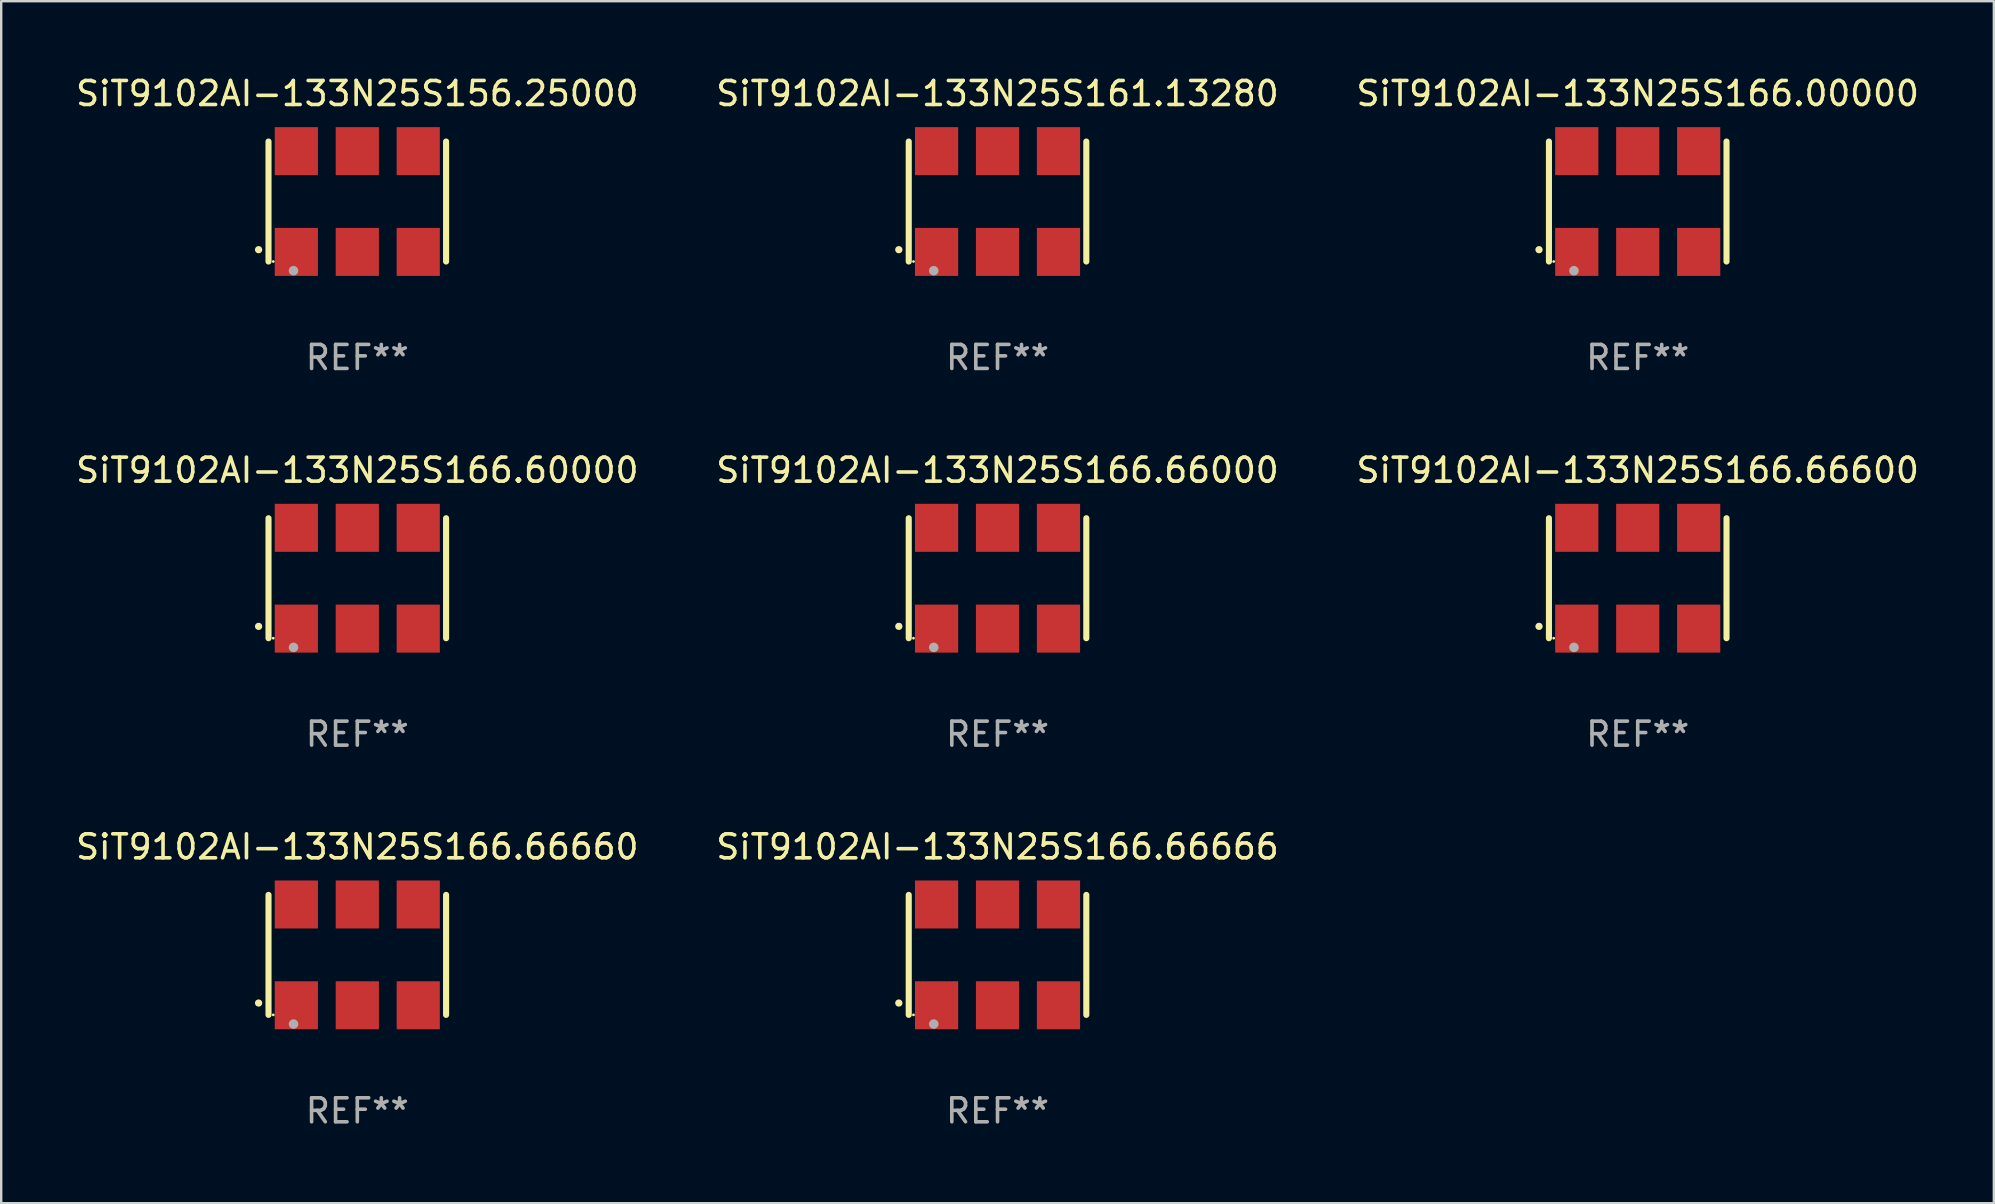
<source format=kicad_pcb>
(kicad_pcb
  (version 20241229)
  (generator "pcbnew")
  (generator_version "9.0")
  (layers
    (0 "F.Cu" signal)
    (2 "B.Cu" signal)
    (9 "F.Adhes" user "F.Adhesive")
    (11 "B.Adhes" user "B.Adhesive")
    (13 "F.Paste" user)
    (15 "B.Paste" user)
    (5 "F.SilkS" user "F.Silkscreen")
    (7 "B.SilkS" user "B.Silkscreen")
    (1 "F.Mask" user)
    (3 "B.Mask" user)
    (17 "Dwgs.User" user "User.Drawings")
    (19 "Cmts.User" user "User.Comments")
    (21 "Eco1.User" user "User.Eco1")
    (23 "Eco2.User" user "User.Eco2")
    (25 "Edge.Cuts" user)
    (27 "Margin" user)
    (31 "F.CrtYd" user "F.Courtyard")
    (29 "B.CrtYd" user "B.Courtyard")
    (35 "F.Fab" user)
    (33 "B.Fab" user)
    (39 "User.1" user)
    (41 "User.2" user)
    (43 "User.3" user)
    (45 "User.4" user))
  (footprint "SiT9102AI-133N25S166.66660"
    (layer "F.Cu")
    (at 11.839 36.741)
    (property "Reference" "SiT9102AI-133N25S166.66660" (at 0 -4.5 0) (layer "F.SilkS") (effects (font (size 1 1) (thickness 0.15))))
    (attr through_hole)
    (fp_line (start -3.7 -2.5) (end -3.7 2.5) (stroke (width 0.254) (type solid)) (layer "F.SilkS"))
    (fp_line (start 3.7 -2.5) (end 3.7 2.5) (stroke (width 0.254) (type solid)) (layer "F.SilkS"))
    (fp_arc (start -4.114415 2.006604) (mid -4.113145 2.006599) (end -4.111875 2.006604) (stroke (width 0.3) (type solid)) (layer "F.SilkS"))
    (fp_circle (center -3.502 2.5) (end -3.472 2.5) (stroke (width 0.06) (type solid)) (fill no) (layer "F.SilkS"))
    (fp_circle (center -2.657 2.882) (end -2.557 2.882) (stroke (width 0.2) (type solid)) (fill no) (layer "F.Fab"))
    (fp_text user "REF**" (at 0 6.5 0) (layer "F.Fab") (effects (font (size 1 1) (thickness 0.15))))
    (pad "1" smd rect (at -2.54 2.1) (size 1.8 2) (layers "F.Cu" "F.Mask" "F.Paste"))
    (pad "2" smd rect (at 0.000394 2.1) (size 1.8 2) (layers "F.Cu" "F.Mask" "F.Paste"))
    (pad "3" smd rect (at 2.54 2.1) (size 1.8 2) (layers "F.Cu" "F.Mask" "F.Paste"))
    (pad "4" smd rect (at 2.54 -2.1) (size 1.8 2) (layers "F.Cu" "F.Mask" "F.Paste"))
    (pad "5" smd rect (at 0.000394 -2.1) (size 1.8 2) (layers "F.Cu" "F.Mask" "F.Paste"))
    (pad "6" smd rect (at -2.54 -2.1) (size 1.8 2) (layers "F.Cu" "F.Mask" "F.Paste")))
  (footprint "SiT9102AI-133N25S161.13280"
    (layer "F.Cu")
    (at 38.518 5.348)
    (property "Reference" "SiT9102AI-133N25S161.13280" (at 0 -4.5 0) (layer "F.SilkS") (effects (font (size 1 1) (thickness 0.15))))
    (attr through_hole)
    (fp_line (start -3.7 -2.5) (end -3.7 2.5) (stroke (width 0.254) (type solid)) (layer "F.SilkS"))
    (fp_line (start 3.7 -2.5) (end 3.7 2.5) (stroke (width 0.254) (type solid)) (layer "F.SilkS"))
    (fp_arc (start -4.114415 2.006604) (mid -4.113145 2.006599) (end -4.111875 2.006604) (stroke (width 0.3) (type solid)) (layer "F.SilkS"))
    (fp_circle (center -3.502 2.5) (end -3.472 2.5) (stroke (width 0.06) (type solid)) (fill no) (layer "F.SilkS"))
    (fp_circle (center -2.657 2.882) (end -2.557 2.882) (stroke (width 0.2) (type solid)) (fill no) (layer "F.Fab"))
    (fp_text user "REF**" (at 0 6.5 0) (layer "F.Fab") (effects (font (size 1 1) (thickness 0.15))))
    (pad "1" smd rect (at -2.54 2.1) (size 1.8 2) (layers "F.Cu" "F.Mask" "F.Paste"))
    (pad "2" smd rect (at 0.000394 2.1) (size 1.8 2) (layers "F.Cu" "F.Mask" "F.Paste"))
    (pad "3" smd rect (at 2.54 2.1) (size 1.8 2) (layers "F.Cu" "F.Mask" "F.Paste"))
    (pad "4" smd rect (at 2.54 -2.1) (size 1.8 2) (layers "F.Cu" "F.Mask" "F.Paste"))
    (pad "5" smd rect (at 0.000394 -2.1) (size 1.8 2) (layers "F.Cu" "F.Mask" "F.Paste"))
    (pad "6" smd rect (at -2.54 -2.1) (size 1.8 2) (layers "F.Cu" "F.Mask" "F.Paste")))
  (footprint "SiT9102AI-133N25S166.00000"
    (layer "F.Cu")
    (at 65.196 5.348)
    (property "Reference" "SiT9102AI-133N25S166.00000" (at 0 -4.5 0) (layer "F.SilkS") (effects (font (size 1 1) (thickness 0.15))))
    (attr through_hole)
    (fp_line (start -3.7 -2.5) (end -3.7 2.5) (stroke (width 0.254) (type solid)) (layer "F.SilkS"))
    (fp_line (start 3.7 -2.5) (end 3.7 2.5) (stroke (width 0.254) (type solid)) (layer "F.SilkS"))
    (fp_arc (start -4.114415 2.006604) (mid -4.113145 2.006599) (end -4.111875 2.006604) (stroke (width 0.3) (type solid)) (layer "F.SilkS"))
    (fp_circle (center -3.502 2.5) (end -3.472 2.5) (stroke (width 0.06) (type solid)) (fill no) (layer "F.SilkS"))
    (fp_circle (center -2.657 2.882) (end -2.557 2.882) (stroke (width 0.2) (type solid)) (fill no) (layer "F.Fab"))
    (fp_text user "REF**" (at 0 6.5 0) (layer "F.Fab") (effects (font (size 1 1) (thickness 0.15))))
    (pad "1" smd rect (at -2.54 2.1) (size 1.8 2) (layers "F.Cu" "F.Mask" "F.Paste"))
    (pad "2" smd rect (at 0.000394 2.1) (size 1.8 2) (layers "F.Cu" "F.Mask" "F.Paste"))
    (pad "3" smd rect (at 2.54 2.1) (size 1.8 2) (layers "F.Cu" "F.Mask" "F.Paste"))
    (pad "4" smd rect (at 2.54 -2.1) (size 1.8 2) (layers "F.Cu" "F.Mask" "F.Paste"))
    (pad "5" smd rect (at 0.000394 -2.1) (size 1.8 2) (layers "F.Cu" "F.Mask" "F.Paste"))
    (pad "6" smd rect (at -2.54 -2.1) (size 1.8 2) (layers "F.Cu" "F.Mask" "F.Paste")))
  (footprint "SiT9102AI-133N25S166.66000"
    (layer "F.Cu")
    (at 38.518 21.045)
    (property "Reference" "SiT9102AI-133N25S166.66000" (at 0 -4.5 0) (layer "F.SilkS") (effects (font (size 1 1) (thickness 0.15))))
    (attr through_hole)
    (fp_line (start -3.7 -2.5) (end -3.7 2.5) (stroke (width 0.254) (type solid)) (layer "F.SilkS"))
    (fp_line (start 3.7 -2.5) (end 3.7 2.5) (stroke (width 0.254) (type solid)) (layer "F.SilkS"))
    (fp_arc (start -4.114415 2.006604) (mid -4.113145 2.006599) (end -4.111875 2.006604) (stroke (width 0.3) (type solid)) (layer "F.SilkS"))
    (fp_circle (center -3.502 2.5) (end -3.472 2.5) (stroke (width 0.06) (type solid)) (fill no) (layer "F.SilkS"))
    (fp_circle (center -2.657 2.882) (end -2.557 2.882) (stroke (width 0.2) (type solid)) (fill no) (layer "F.Fab"))
    (fp_text user "REF**" (at 0 6.5 0) (layer "F.Fab") (effects (font (size 1 1) (thickness 0.15))))
    (pad "1" smd rect (at -2.54 2.1) (size 1.8 2) (layers "F.Cu" "F.Mask" "F.Paste"))
    (pad "2" smd rect (at 0.000394 2.1) (size 1.8 2) (layers "F.Cu" "F.Mask" "F.Paste"))
    (pad "3" smd rect (at 2.54 2.1) (size 1.8 2) (layers "F.Cu" "F.Mask" "F.Paste"))
    (pad "4" smd rect (at 2.54 -2.1) (size 1.8 2) (layers "F.Cu" "F.Mask" "F.Paste"))
    (pad "5" smd rect (at 0.000394 -2.1) (size 1.8 2) (layers "F.Cu" "F.Mask" "F.Paste"))
    (pad "6" smd rect (at -2.54 -2.1) (size 1.8 2) (layers "F.Cu" "F.Mask" "F.Paste")))
  (footprint "SiT9102AI-133N25S166.60000"
    (layer "F.Cu")
    (at 11.839 21.045)
    (property "Reference" "SiT9102AI-133N25S166.60000" (at 0 -4.5 0) (layer "F.SilkS") (effects (font (size 1 1) (thickness 0.15))))
    (attr through_hole)
    (fp_line (start -3.7 -2.5) (end -3.7 2.5) (stroke (width 0.254) (type solid)) (layer "F.SilkS"))
    (fp_line (start 3.7 -2.5) (end 3.7 2.5) (stroke (width 0.254) (type solid)) (layer "F.SilkS"))
    (fp_arc (start -4.114415 2.006604) (mid -4.113145 2.006599) (end -4.111875 2.006604) (stroke (width 0.3) (type solid)) (layer "F.SilkS"))
    (fp_circle (center -3.502 2.5) (end -3.472 2.5) (stroke (width 0.06) (type solid)) (fill no) (layer "F.SilkS"))
    (fp_circle (center -2.657 2.882) (end -2.557 2.882) (stroke (width 0.2) (type solid)) (fill no) (layer "F.Fab"))
    (fp_text user "REF**" (at 0 6.5 0) (layer "F.Fab") (effects (font (size 1 1) (thickness 0.15))))
    (pad "1" smd rect (at -2.54 2.1) (size 1.8 2) (layers "F.Cu" "F.Mask" "F.Paste"))
    (pad "2" smd rect (at 0.000394 2.1) (size 1.8 2) (layers "F.Cu" "F.Mask" "F.Paste"))
    (pad "3" smd rect (at 2.54 2.1) (size 1.8 2) (layers "F.Cu" "F.Mask" "F.Paste"))
    (pad "4" smd rect (at 2.54 -2.1) (size 1.8 2) (layers "F.Cu" "F.Mask" "F.Paste"))
    (pad "5" smd rect (at 0.000394 -2.1) (size 1.8 2) (layers "F.Cu" "F.Mask" "F.Paste"))
    (pad "6" smd rect (at -2.54 -2.1) (size 1.8 2) (layers "F.Cu" "F.Mask" "F.Paste")))
  (footprint "SiT9102AI-133N25S166.66600"
    (layer "F.Cu")
    (at 65.196 21.045)
    (property "Reference" "SiT9102AI-133N25S166.66600" (at 0 -4.5 0) (layer "F.SilkS") (effects (font (size 1 1) (thickness 0.15))))
    (attr through_hole)
    (fp_line (start -3.7 -2.5) (end -3.7 2.5) (stroke (width 0.254) (type solid)) (layer "F.SilkS"))
    (fp_line (start 3.7 -2.5) (end 3.7 2.5) (stroke (width 0.254) (type solid)) (layer "F.SilkS"))
    (fp_arc (start -4.114415 2.006604) (mid -4.113145 2.006599) (end -4.111875 2.006604) (stroke (width 0.3) (type solid)) (layer "F.SilkS"))
    (fp_circle (center -3.502 2.5) (end -3.472 2.5) (stroke (width 0.06) (type solid)) (fill no) (layer "F.SilkS"))
    (fp_circle (center -2.657 2.882) (end -2.557 2.882) (stroke (width 0.2) (type solid)) (fill no) (layer "F.Fab"))
    (fp_text user "REF**" (at 0 6.5 0) (layer "F.Fab") (effects (font (size 1 1) (thickness 0.15))))
    (pad "1" smd rect (at -2.54 2.1) (size 1.8 2) (layers "F.Cu" "F.Mask" "F.Paste"))
    (pad "2" smd rect (at 0.000394 2.1) (size 1.8 2) (layers "F.Cu" "F.Mask" "F.Paste"))
    (pad "3" smd rect (at 2.54 2.1) (size 1.8 2) (layers "F.Cu" "F.Mask" "F.Paste"))
    (pad "4" smd rect (at 2.54 -2.1) (size 1.8 2) (layers "F.Cu" "F.Mask" "F.Paste"))
    (pad "5" smd rect (at 0.000394 -2.1) (size 1.8 2) (layers "F.Cu" "F.Mask" "F.Paste"))
    (pad "6" smd rect (at -2.54 -2.1) (size 1.8 2) (layers "F.Cu" "F.Mask" "F.Paste")))
  (footprint "SiT9102AI-133N25S166.66666"
    (layer "F.Cu")
    (at 38.518 36.741)
    (property "Reference" "SiT9102AI-133N25S166.66666" (at 0 -4.5 0) (layer "F.SilkS") (effects (font (size 1 1) (thickness 0.15))))
    (attr through_hole)
    (fp_line (start -3.7 -2.5) (end -3.7 2.5) (stroke (width 0.254) (type solid)) (layer "F.SilkS"))
    (fp_line (start 3.7 -2.5) (end 3.7 2.5) (stroke (width 0.254) (type solid)) (layer "F.SilkS"))
    (fp_arc (start -4.114415 2.006604) (mid -4.113145 2.006599) (end -4.111875 2.006604) (stroke (width 0.3) (type solid)) (layer "F.SilkS"))
    (fp_circle (center -3.502 2.5) (end -3.472 2.5) (stroke (width 0.06) (type solid)) (fill no) (layer "F.SilkS"))
    (fp_circle (center -2.657 2.882) (end -2.557 2.882) (stroke (width 0.2) (type solid)) (fill no) (layer "F.Fab"))
    (fp_text user "REF**" (at 0 6.5 0) (layer "F.Fab") (effects (font (size 1 1) (thickness 0.15))))
    (pad "1" smd rect (at -2.54 2.1) (size 1.8 2) (layers "F.Cu" "F.Mask" "F.Paste"))
    (pad "2" smd rect (at 0.000394 2.1) (size 1.8 2) (layers "F.Cu" "F.Mask" "F.Paste"))
    (pad "3" smd rect (at 2.54 2.1) (size 1.8 2) (layers "F.Cu" "F.Mask" "F.Paste"))
    (pad "4" smd rect (at 2.54 -2.1) (size 1.8 2) (layers "F.Cu" "F.Mask" "F.Paste"))
    (pad "5" smd rect (at 0.000394 -2.1) (size 1.8 2) (layers "F.Cu" "F.Mask" "F.Paste"))
    (pad "6" smd rect (at -2.54 -2.1) (size 1.8 2) (layers "F.Cu" "F.Mask" "F.Paste")))
  (footprint "SiT9102AI-133N25S156.25000"
    (layer "F.Cu")
    (at 11.839 5.348)
    (property "Reference" "SiT9102AI-133N25S156.25000" (at 0 -4.5 0) (layer "F.SilkS") (effects (font (size 1 1) (thickness 0.15))))
    (attr through_hole)
    (fp_line (start -3.7 -2.5) (end -3.7 2.5) (stroke (width 0.254) (type solid)) (layer "F.SilkS"))
    (fp_line (start 3.7 -2.5) (end 3.7 2.5) (stroke (width 0.254) (type solid)) (layer "F.SilkS"))
    (fp_arc (start -4.114415 2.006604) (mid -4.113145 2.006599) (end -4.111875 2.006604) (stroke (width 0.3) (type solid)) (layer "F.SilkS"))
    (fp_circle (center -3.502 2.5) (end -3.472 2.5) (stroke (width 0.06) (type solid)) (fill no) (layer "F.SilkS"))
    (fp_circle (center -2.657 2.882) (end -2.557 2.882) (stroke (width 0.2) (type solid)) (fill no) (layer "F.Fab"))
    (fp_text user "REF**" (at 0 6.5 0) (layer "F.Fab") (effects (font (size 1 1) (thickness 0.15))))
    (pad "1" smd rect (at -2.54 2.1) (size 1.8 2) (layers "F.Cu" "F.Mask" "F.Paste"))
    (pad "2" smd rect (at 0.000394 2.1) (size 1.8 2) (layers "F.Cu" "F.Mask" "F.Paste"))
    (pad "3" smd rect (at 2.54 2.1) (size 1.8 2) (layers "F.Cu" "F.Mask" "F.Paste"))
    (pad "4" smd rect (at 2.54 -2.1) (size 1.8 2) (layers "F.Cu" "F.Mask" "F.Paste"))
    (pad "5" smd rect (at 0.000394 -2.1) (size 1.8 2) (layers "F.Cu" "F.Mask" "F.Paste"))
    (pad "6" smd rect (at -2.54 -2.1) (size 1.8 2) (layers "F.Cu" "F.Mask" "F.Paste")))
  (gr_rect
    (start -3 -3)
    (end 80.036 47.09)
    (stroke (width 0.1) (type default))
    (fill no)
    (layer "Edge.Cuts")))
</source>
